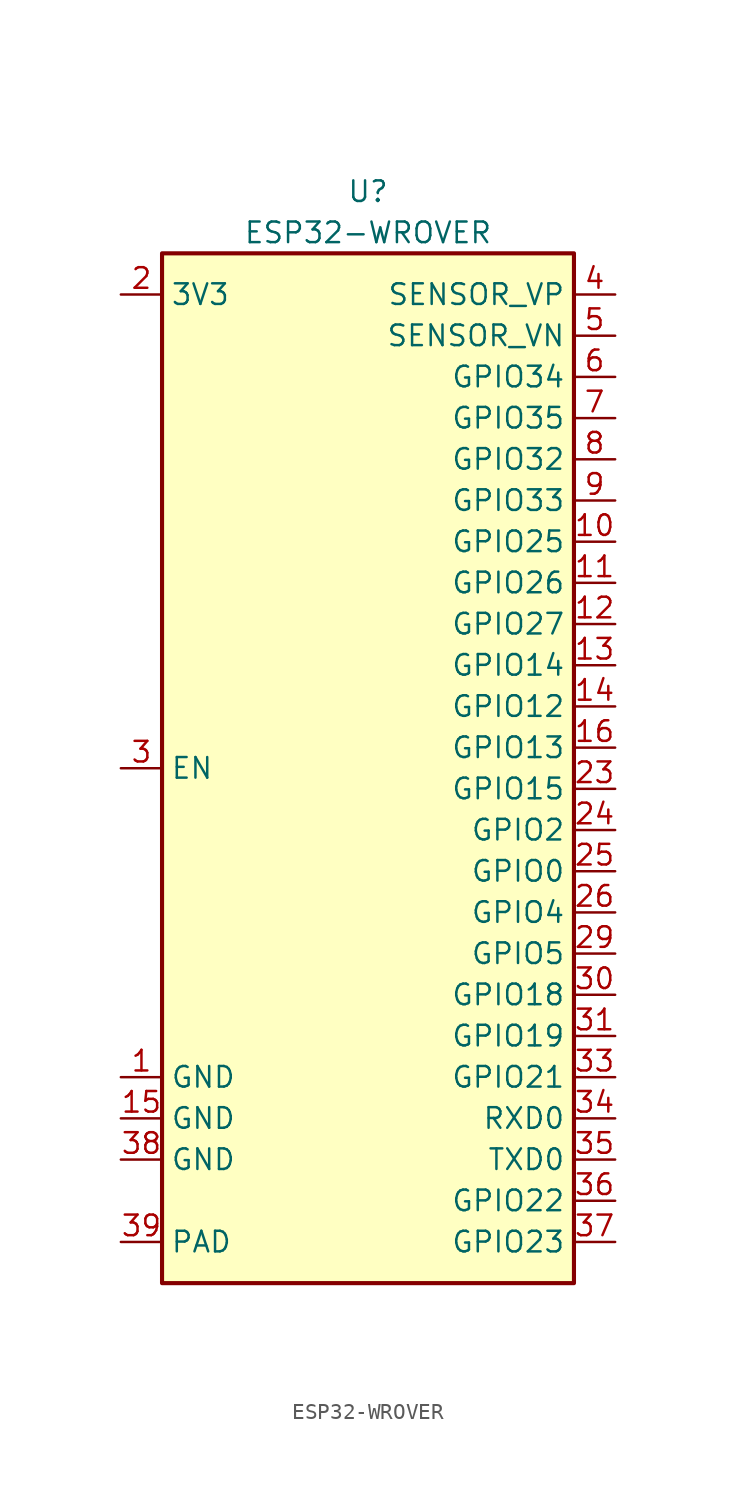
<source format=kicad_sym>
(kicad_symbol_lib
  (version 20211014)
  (generator kicad_symbol_editor)
  (symbol "ESP32-WROVER"
    (property "Reference" "U"
      (at 0 35.56 0)
      (effects (font (size 1.27 1.27))))
    (property "Value" "ESP32-WROVER"
      (at 0 33.02 0)
      (effects (font (size 1.27 1.27))))
    (symbol "ESP32-WROVER_0_0"
      (pin power_in line (at -15.24 -19.05 0) (length 2.54) (name "GND" (effects (font (size 1.27 1.27)))) (number "1" (effects (font (size 1.27 1.27)))))
      (pin bidirectional line (at 15.24 13.97 180) (length 2.54) (name "GPIO25" (effects (font (size 1.27 1.27)))) (number "10" (effects (font (size 1.27 1.27)))) (alternate "ADC2_CH8" input line) (alternate "DAC_1" output line) (alternate "EMAC_RXD0" input line) (alternate "RTC_GPIO6" bidirectional line))
      (pin bidirectional line (at 15.24 11.43 180) (length 2.54) (name "GPIO26" (effects (font (size 1.27 1.27)))) (number "11" (effects (font (size 1.27 1.27)))) (alternate "ADC2_CH9" input line) (alternate "DAC_2" output line) (alternate "EMAC_RXD1" input line) (alternate "RTC_GPIO7" bidirectional line))
      (pin bidirectional line (at 15.24 8.89 180) (length 2.54) (name "GPIO27" (effects (font (size 1.27 1.27)))) (number "12" (effects (font (size 1.27 1.27)))) (alternate "ADC2_CH7" input line) (alternate "EMAC_RX_DV" input line) (alternate "RTC_GPIO17" bidirectional line) (alternate "TOUCH7" input line))
      (pin bidirectional line (at 15.24 6.35 180) (length 2.54) (name "GPIO14" (effects (font (size 1.27 1.27)))) (number "13" (effects (font (size 1.27 1.27)))) (alternate "ADC2_CH6" input line) (alternate "EMAC_TXD2" output line) (alternate "HS2_CLK" output line) (alternate "HSPICLK" bidirectional line) (alternate "MTMS" input line) (alternate "RTC_GPIO16" bidirectional line) (alternate "SD_CLK" input line) (alternate "TOUCH6" input line))
      (pin bidirectional line (at 15.24 3.81 180) (length 2.54) (name "GPIO12" (effects (font (size 1.27 1.27)))) (number "14" (effects (font (size 1.27 1.27)))) (alternate "ADC2_CH5" input line) (alternate "EMAC_TXD3" output line) (alternate "HS2_DATA2" bidirectional line) (alternate "HSPIQ" bidirectional line) (alternate "MTDI" input line) (alternate "RTC_GPIO15" output line) (alternate "SD_DATA2" bidirectional line) (alternate "TOUCH5" input line))
      (pin power_in line (at -15.24 -21.59 0) (length 2.54) (name "GND" (effects (font (size 1.27 1.27)))) (number "15" (effects (font (size 1.27 1.27)))))
      (pin bidirectional line (at 15.24 1.27 180) (length 2.54) (name "GPIO13" (effects (font (size 1.27 1.27)))) (number "16" (effects (font (size 1.27 1.27)))) (alternate "ADC2_CH4" input line) (alternate "EMAC_RX_ER" input line) (alternate "HS2_DATA3" bidirectional line) (alternate "HSPID" bidirectional line) (alternate "MTCK" input line) (alternate "RTC_GPIO14" bidirectional line) (alternate "SD_DATA3" bidirectional line) (alternate "TOUCH4" input line))
      (pin no_connect line (at -12.7 26.67 0) (length 2.54) hide (name "NC" (effects (font (size 1.27 1.27)))) (number "17" (effects (font (size 1.27 1.27)))))
      (pin no_connect line (at -12.7 24.13 0) (length 2.54) hide (name "NC" (effects (font (size 1.27 1.27)))) (number "18" (effects (font (size 1.27 1.27)))))
      (pin no_connect line (at -12.7 21.59 0) (length 2.54) hide (name "NC" (effects (font (size 1.27 1.27)))) (number "19" (effects (font (size 1.27 1.27)))))
      (pin power_in line (at -15.24 29.21 0) (length 2.54) (name "3V3" (effects (font (size 1.27 1.27)))) (number "2" (effects (font (size 1.27 1.27)))))
      (pin no_connect line (at -12.7 19.05 0) (length 2.54) hide (name "NC" (effects (font (size 1.27 1.27)))) (number "20" (effects (font (size 1.27 1.27)))))
      (pin no_connect line (at -12.7 16.51 0) (length 2.54) hide (name "NC" (effects (font (size 1.27 1.27)))) (number "21" (effects (font (size 1.27 1.27)))))
      (pin no_connect line (at -12.7 13.97 0) (length 2.54) hide (name "NC" (effects (font (size 1.27 1.27)))) (number "22" (effects (font (size 1.27 1.27)))))
      (pin bidirectional line (at 15.24 -1.27 180) (length 2.54) (name "GPIO15" (effects (font (size 1.27 1.27)))) (number "23" (effects (font (size 1.27 1.27)))) (alternate "ADC2_CH3" input line) (alternate "EMAC_RXD3" input line) (alternate "HS2_CMD" bidirectional line) (alternate "HSPICS0" bidirectional line) (alternate "MTDO" output line) (alternate "RTC_GPIO13" bidirectional line) (alternate "SD_CMD" bidirectional line) (alternate "TOUCH3" input line))
      (pin bidirectional line (at 15.24 -3.81 180) (length 2.54) (name "GPIO2" (effects (font (size 1.27 1.27)))) (number "24" (effects (font (size 1.27 1.27)))) (alternate "ADC2_CH2" input line) (alternate "HS2_DATA0" bidirectional line) (alternate "HSPIWP" bidirectional line) (alternate "RTC_GPIO12" bidirectional line) (alternate "SD_DATA0" bidirectional line) (alternate "TOUCH2" input line))
      (pin bidirectional line (at 15.24 -6.35 180) (length 2.54) (name "GPIO0" (effects (font (size 1.27 1.27)))) (number "25" (effects (font (size 1.27 1.27)))) (alternate "ADC2_CH1" input line) (alternate "CLK_OUT1" bidirectional line) (alternate "EMAC_TX_CLK" input line) (alternate "RTC_GPIO11" bidirectional line) (alternate "TOUCH1" input line))
      (pin bidirectional line (at 15.24 -8.89 180) (length 2.54) (name "GPIO4" (effects (font (size 1.27 1.27)))) (number "26" (effects (font (size 1.27 1.27)))) (alternate "ADC2_CH0" input line) (alternate "EMAC_TX_ER" output line) (alternate "HS2_DATA1" bidirectional line) (alternate "HSPIHD" bidirectional line) (alternate "RTC_GPIO10" bidirectional line) (alternate "SD_DATA1" bidirectional line) (alternate "TOUCH0" input line))
      (pin no_connect line (at -12.7 11.43 0) (length 2.54) hide (name "NC" (effects (font (size 1.27 1.27)))) (number "27" (effects (font (size 1.27 1.27)))))
      (pin no_connect line (at -12.7 8.89 0) (length 2.54) hide (name "NC" (effects (font (size 1.27 1.27)))) (number "28" (effects (font (size 1.27 1.27)))))
      (pin bidirectional line (at 15.24 -11.43 180) (length 2.54) (name "GPIO5" (effects (font (size 1.27 1.27)))) (number "29" (effects (font (size 1.27 1.27)))) (alternate "EMAC_RX_CLK" input line) (alternate "HS1_DATA6" bidirectional line) (alternate "VSPICS0" bidirectional line))
      (pin input line (at -15.24 0 0) (length 2.54) (name "EN" (effects (font (size 1.27 1.27)))) (number "3" (effects (font (size 1.27 1.27)))))
      (pin bidirectional line (at 15.24 -13.97 180) (length 2.54) (name "GPIO18" (effects (font (size 1.27 1.27)))) (number "30" (effects (font (size 1.27 1.27)))) (alternate "HS1_DATA7" bidirectional line) (alternate "VSPICLK" bidirectional line))
      (pin bidirectional line (at 15.24 -16.51 180) (length 2.54) (name "GPIO19" (effects (font (size 1.27 1.27)))) (number "31" (effects (font (size 1.27 1.27)))) (alternate "EMAC_TXD0" output line) (alternate "U0CTS" input line) (alternate "VSPIQ" bidirectional line))
      (pin no_connect line (at -12.7 6.35 0) (length 2.54) hide (name "NC" (effects (font (size 1.27 1.27)))) (number "32" (effects (font (size 1.27 1.27)))))
      (pin bidirectional line (at 15.24 -19.05 180) (length 2.54) (name "GPIO21" (effects (font (size 1.27 1.27)))) (number "33" (effects (font (size 1.27 1.27)))) (alternate "EMAC_TX_EN" output line) (alternate "VSPIHD" bidirectional line))
      (pin bidirectional line (at 15.24 -21.59 180) (length 2.54) (name "RXD0" (effects (font (size 1.27 1.27)))) (number "34" (effects (font (size 1.27 1.27)))) (alternate "CLK_OUT2" output line) (alternate "GPIO3" bidirectional line) (alternate "U0RXD" input line))
      (pin bidirectional line (at 15.24 -24.13 180) (length 2.54) (name "TXD0" (effects (font (size 1.27 1.27)))) (number "35" (effects (font (size 1.27 1.27)))) (alternate "CLK_OUT3" output line) (alternate "EMAC_RXD2" input line) (alternate "GPIO1" bidirectional line) (alternate "U0TXD" output line))
      (pin bidirectional line (at 15.24 -26.67 180) (length 2.54) (name "GPIO22" (effects (font (size 1.27 1.27)))) (number "36" (effects (font (size 1.27 1.27)))) (alternate "EMAC_TXD1" output line) (alternate "U0RTS" output line) (alternate "VSPIWP" bidirectional line))
      (pin bidirectional line (at 15.24 -29.21 180) (length 2.54) (name "GPIO23" (effects (font (size 1.27 1.27)))) (number "37" (effects (font (size 1.27 1.27)))) (alternate "HS1_STROBE" input line) (alternate "VSPID" bidirectional line))
      (pin power_in line (at -15.24 -24.13 0) (length 2.54) (name "GND" (effects (font (size 1.27 1.27)))) (number "38" (effects (font (size 1.27 1.27)))))
      (pin passive line (at -15.24 -29.21 0) (length 2.54) (name "PAD" (effects (font (size 1.27 1.27)))) (number "39" (effects (font (size 1.27 1.27)))))
      (pin input line (at 15.24 29.21 180) (length 2.54) (name "SENSOR_VP" (effects (font (size 1.27 1.27)))) (number "4" (effects (font (size 1.27 1.27)))) (alternate "ADC1_CH0" input line) (alternate "GPIO36" input line) (alternate "RTC_GPIO0" input line))
      (pin input line (at 15.24 26.67 180) (length 2.54) (name "SENSOR_VN" (effects (font (size 1.27 1.27)))) (number "5" (effects (font (size 1.27 1.27)))) (alternate "ADC1_CH3" input line) (alternate "GPIO39" input line) (alternate "RTC_GPIO3" input line))
      (pin input line (at 15.24 24.13 180) (length 2.54) (name "GPIO34" (effects (font (size 1.27 1.27)))) (number "6" (effects (font (size 1.27 1.27)))) (alternate "ADC1_CH6" input line) (alternate "RTC_GPIO4" input line))
      (pin input line (at 15.24 21.59 180) (length 2.54) (name "GPIO35" (effects (font (size 1.27 1.27)))) (number "7" (effects (font (size 1.27 1.27)))) (alternate "ADC1_CH7" input line) (alternate "RTC_GPIO5" input line))
      (pin bidirectional line (at 15.24 19.05 180) (length 2.54) (name "GPIO32" (effects (font (size 1.27 1.27)))) (number "8" (effects (font (size 1.27 1.27)))) (alternate "ADC1_CH4" input line) (alternate "RTC_GPIO9" bidirectional line) (alternate "TOUCH9" input line) (alternate "XTAL_32K_P" input line))
      (pin bidirectional line (at 15.24 16.51 180) (length 2.54) (name "GPIO33" (effects (font (size 1.27 1.27)))) (number "9" (effects (font (size 1.27 1.27)))) (alternate "ADC1_CH5" input line) (alternate "RTC_GPIO8" bidirectional line) (alternate "TOUCH8" input line) (alternate "XTAL_32K_N" output line)))
    (symbol "ESP32-WROVER_0_1"
      (rectangle (start -12.7 31.75) (end 12.7 -31.75) (stroke (width 0.254) (type default) (color 0 0 0 0)) (fill (type background))))))
</source>
